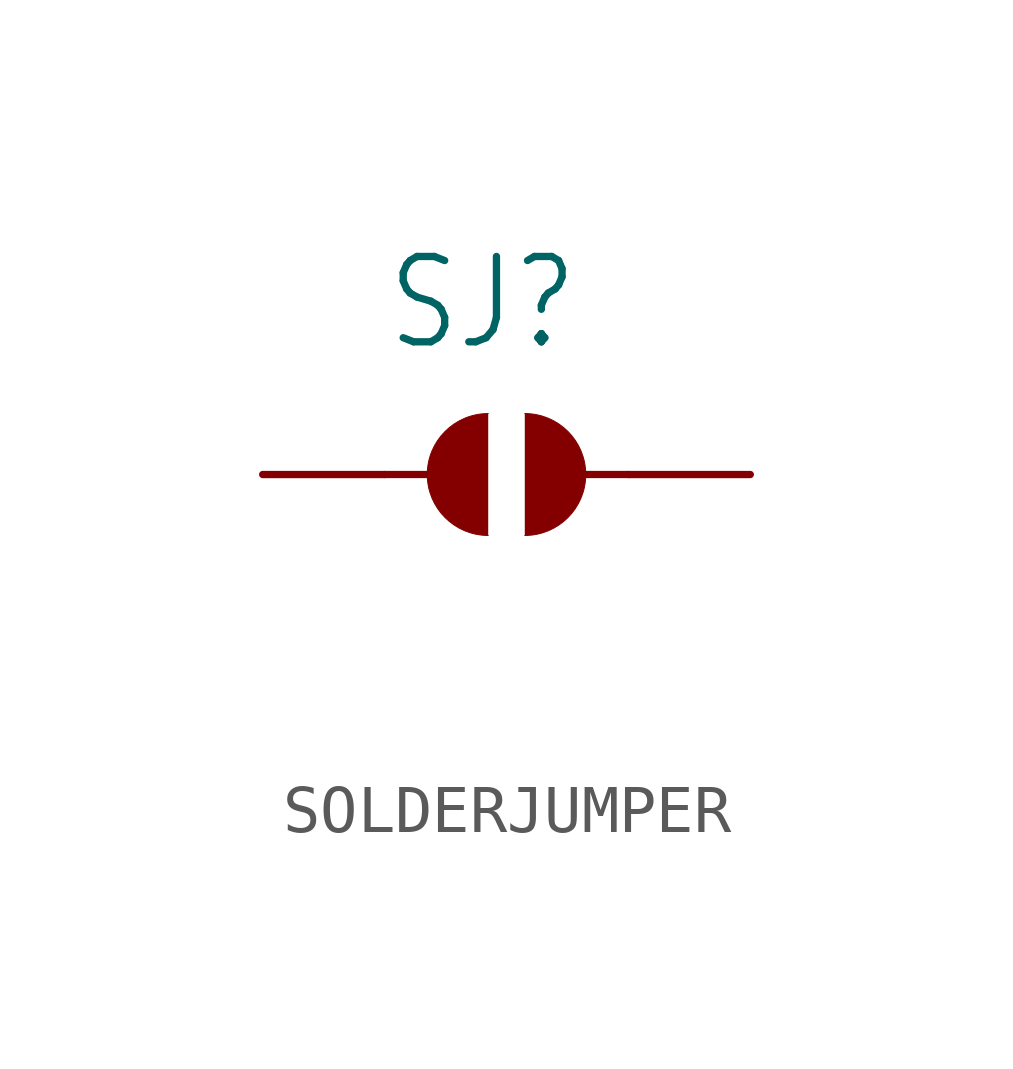
<source format=kicad_sym>
(kicad_symbol_lib
  (version 20241209)
  (generator "kicad_symbol_editor")
  (generator_version "9.0")
  (symbol "SOLDERJUMPER"
    (property "Reference" "SJ"
      (at -2.54 2.54 0)
      (effects (font (size 1.778 1.511)) (justify left bottom)))
    (property "Value" ""
      (at -2.54 -5.08 0)
      (effects (font (size 1.778 1.511)) (justify left bottom)))
    (property "ki_locked" ""
      (at 0 0 0)
      (effects (font (size 1.27 1.27))))
    (symbol "SOLDERJUMPER_1_0"
      (polyline (pts (xy -2.54 0) (xy -1.651 0)) (stroke (width 0.152) (type solid)) (fill (type none)))
      (arc (start -0.381 -1.27) (mid -1.651 0) (end -0.381 1.27) (stroke (width 0.0001) (type solid)) (fill (type outline)))
      (arc (start 0.381 1.27) (mid 1.651 0) (end 0.381 -1.27) (stroke (width 0.0001) (type solid)) (fill (type outline)))
      (polyline (pts (xy 2.54 0) (xy 1.651 0)) (stroke (width 0.152) (type solid)) (fill (type none)))
      (pin passive line (at -5.08 0 0) (length 2.54) (name "1" (effects (font (size 0 0)))) (number "1" (effects (font (size 0 0)))))
      (pin passive line (at 5.08 0 180) (length 2.54) (name "2" (effects (font (size 0 0)))) (number "3" (effects (font (size 0 0))))))))
</source>
